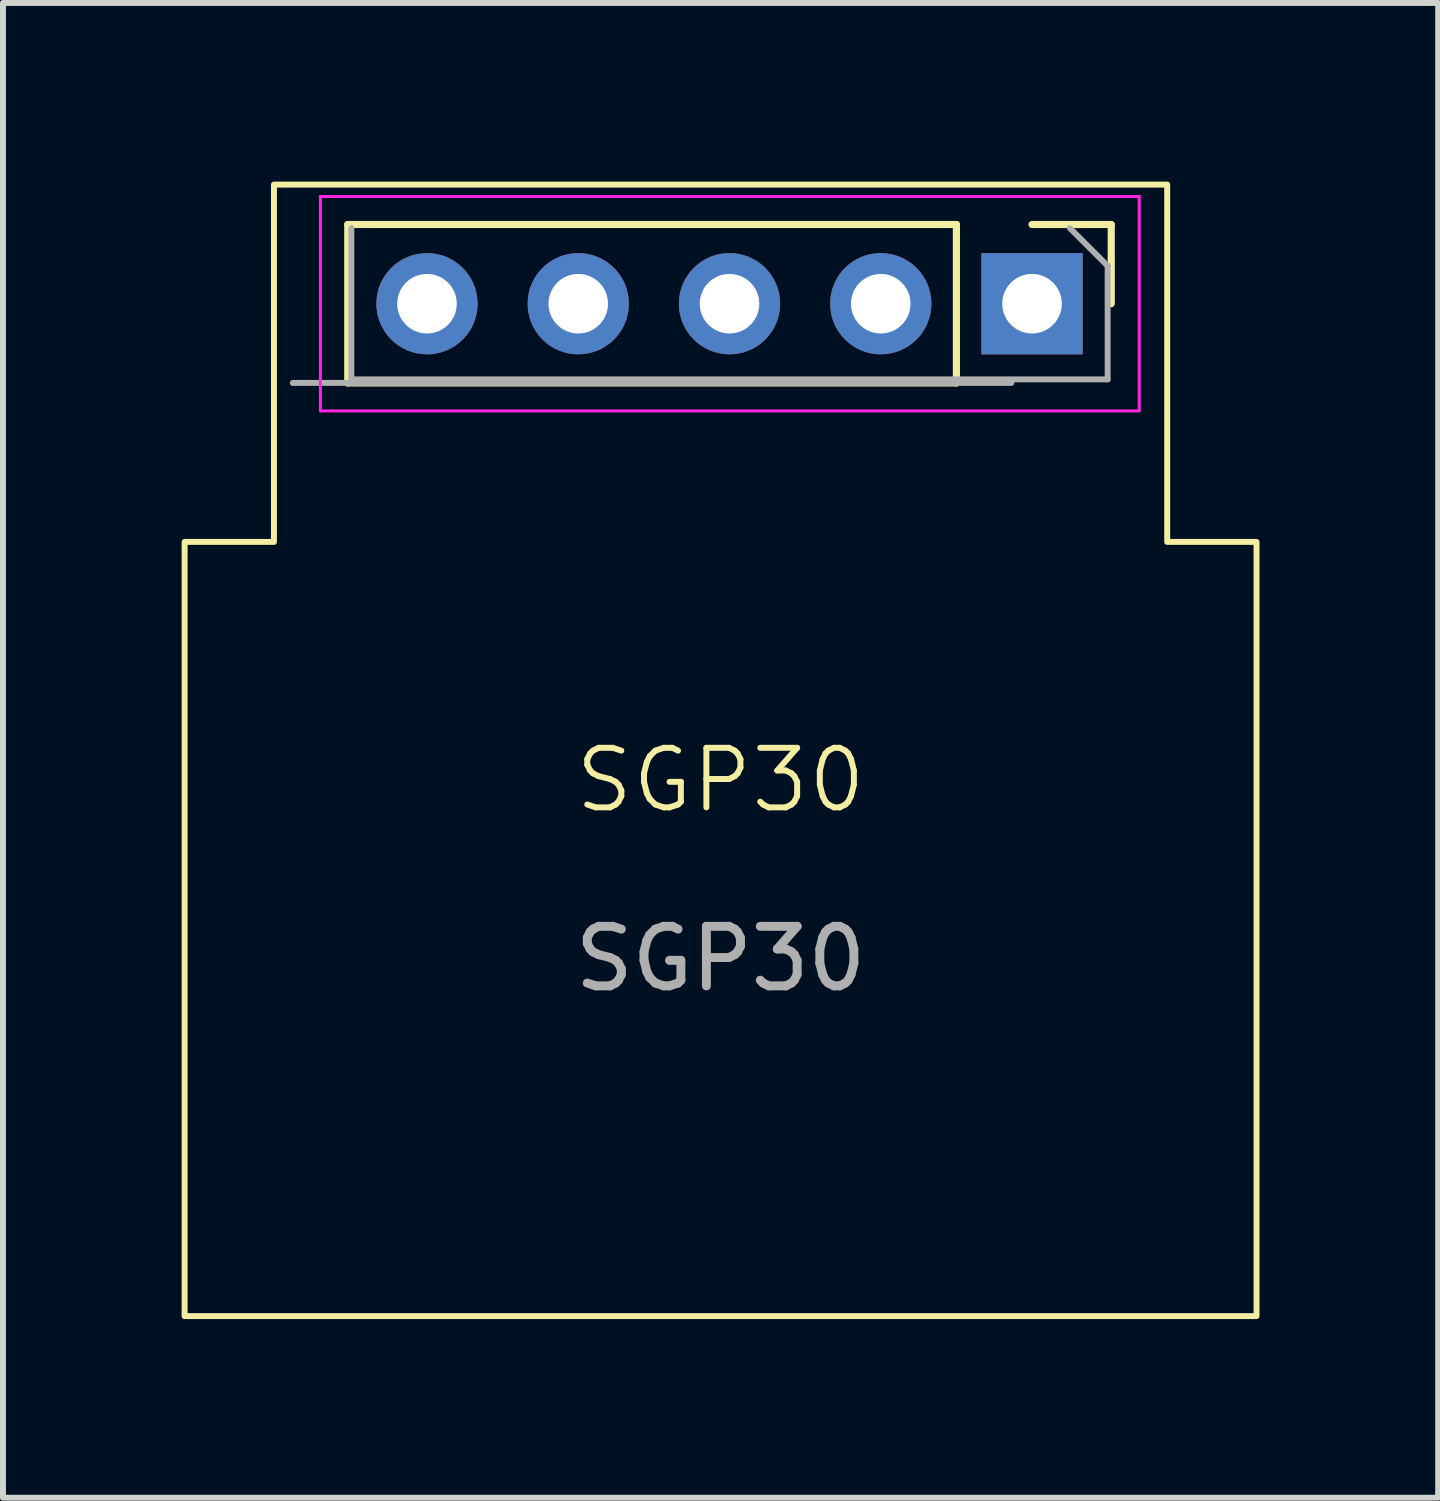
<source format=kicad_pcb>
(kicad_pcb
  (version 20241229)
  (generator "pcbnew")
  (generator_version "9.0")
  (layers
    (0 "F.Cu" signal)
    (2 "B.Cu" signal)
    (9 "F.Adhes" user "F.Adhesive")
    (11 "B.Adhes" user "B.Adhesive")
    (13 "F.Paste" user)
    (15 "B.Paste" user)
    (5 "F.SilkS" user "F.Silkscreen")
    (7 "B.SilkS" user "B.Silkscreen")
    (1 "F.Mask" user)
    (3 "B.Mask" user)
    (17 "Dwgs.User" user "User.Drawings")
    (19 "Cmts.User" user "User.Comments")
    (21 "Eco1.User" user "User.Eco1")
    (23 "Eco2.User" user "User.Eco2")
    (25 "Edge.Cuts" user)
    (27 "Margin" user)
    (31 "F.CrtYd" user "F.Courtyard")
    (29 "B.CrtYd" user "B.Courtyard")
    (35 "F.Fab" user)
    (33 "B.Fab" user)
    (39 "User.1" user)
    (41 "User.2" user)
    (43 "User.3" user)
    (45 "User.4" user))
  (footprint "SGP30"
    (layer "F.Cu")
    (at 6.05 15.55)
    (property "Reference" "SGP30" (at 3 -5.5 0) (unlocked yes) (layer "F.SilkS") (effects (font (size 1 1) (thickness 0.1))))
    (attr smd)
    (fp_line (start -3.26 -14.83) (end -3.26 -12.17) (stroke (width 0.12) (type solid)) (layer "F.SilkS"))
    (fp_line (start 6.96 -14.83) (end -3.26 -14.83) (stroke (width 0.12) (type solid)) (layer "F.SilkS"))
    (fp_line (start 6.96 -14.83) (end 6.96 -12.17) (stroke (width 0.12) (type solid)) (layer "F.SilkS"))
    (fp_line (start 6.96 -12.17) (end -3.26 -12.17) (stroke (width 0.12) (type solid)) (layer "F.SilkS"))
    (fp_line (start 8.23 -14.83) (end 9.56 -14.83) (stroke (width 0.12) (type solid)) (layer "F.SilkS"))
    (fp_line (start 9.56 -14.83) (end 9.56 -13.5) (stroke (width 0.12) (type solid)) (layer "F.SilkS"))
    (fp_poly (pts (xy 10.5 -15.5) (xy 10.5 -9.5) (xy 12 -9.5) (xy 12 3.5) (xy -6 3.5) (xy -6 -9.5) (xy -4.5 -9.5) (xy -4.5 -15.5)) (stroke (width 0.1) (type solid)) (fill no) (layer "F.SilkS"))
    (fp_line (start -3.72 -15.3) (end -3.72 -11.7) (stroke (width 0.05) (type solid)) (layer "F.CrtYd"))
    (fp_line (start -3.72 -11.7) (end 10.03 -11.7) (stroke (width 0.05) (type solid)) (layer "F.CrtYd"))
    (fp_line (start 10.03 -15.3) (end -3.72 -15.3) (stroke (width 0.05) (type solid)) (layer "F.CrtYd"))
    (fp_line (start 10.03 -11.7) (end 10.03 -15.3) (stroke (width 0.05) (type solid)) (layer "F.CrtYd"))
    (fp_line (start -4.183 -12.17) (end 7.883 -12.17) (stroke (width 0.1) (type solid)) (layer "F.Fab"))
    (fp_line (start -3.2 -12.23) (end -3.2 -14.77) (stroke (width 0.1) (type solid)) (layer "F.Fab"))
    (fp_line (start 8.865 -14.77) (end 9.5 -14.135) (stroke (width 0.1) (type solid)) (layer "F.Fab"))
    (fp_line (start 9.5 -14.135) (end 9.5 -12.23) (stroke (width 0.1) (type solid)) (layer "F.Fab"))
    (fp_line (start 9.5 -12.23) (end -3.2 -12.23) (stroke (width 0.1) (type solid)) (layer "F.Fab"))
    (fp_text user "${REFERENCE}" (at 3 -2.5 0) (unlocked yes) (layer "F.Fab") (effects (font (size 1 1) (thickness 0.15))))
    (pad "1" thru_hole rect (at 8.23 -13.5 270) (size 1.7 1.7) (drill 1) (layers "*.Cu" "*.Mask"))
    (pad "2" thru_hole oval (at 5.69 -13.5 270) (size 1.7 1.7) (drill 1) (layers "*.Cu" "*.Mask"))
    (pad "3" thru_hole oval (at 3.15 -13.5 270) (size 1.7 1.7) (drill 1) (layers "*.Cu" "*.Mask"))
    (pad "4" thru_hole oval (at 0.61 -13.5 270) (size 1.7 1.7) (drill 1) (layers "*.Cu" "*.Mask"))
    (pad "5" thru_hole oval (at -1.93 -13.5 270) (size 1.7 1.7) (drill 1) (layers "*.Cu" "*.Mask")))
  (gr_rect
    (start -3 -3)
    (end 21.1 22.1)
    (stroke (width 0.1) (type default))
    (fill no)
    (layer "Edge.Cuts")))
</source>
